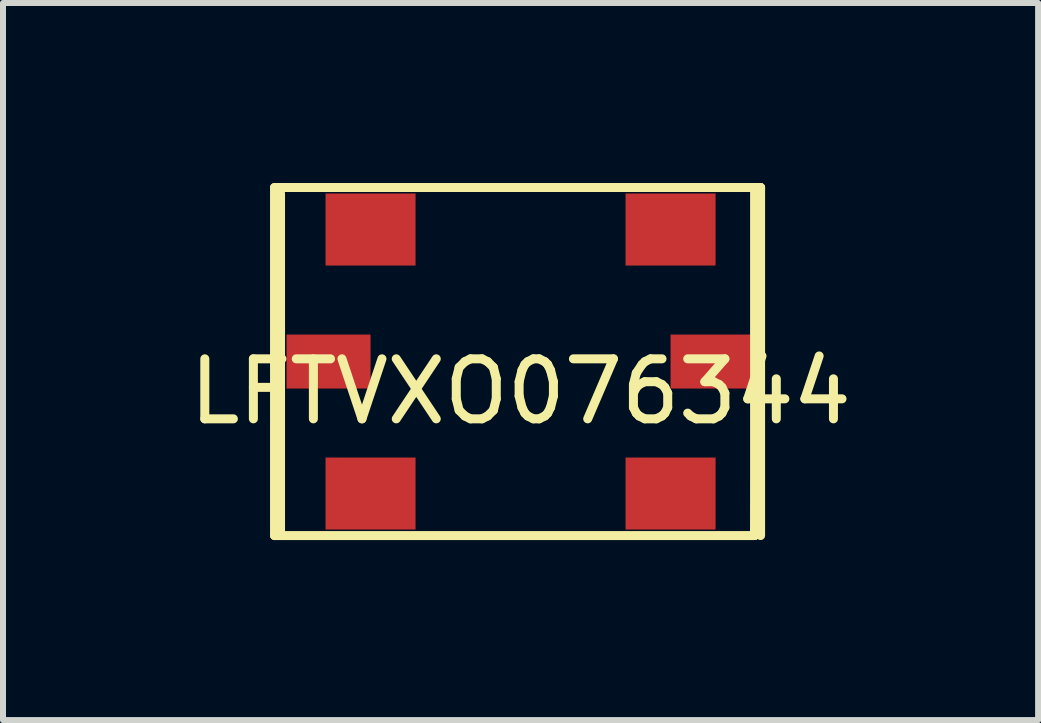
<source format=kicad_pcb>
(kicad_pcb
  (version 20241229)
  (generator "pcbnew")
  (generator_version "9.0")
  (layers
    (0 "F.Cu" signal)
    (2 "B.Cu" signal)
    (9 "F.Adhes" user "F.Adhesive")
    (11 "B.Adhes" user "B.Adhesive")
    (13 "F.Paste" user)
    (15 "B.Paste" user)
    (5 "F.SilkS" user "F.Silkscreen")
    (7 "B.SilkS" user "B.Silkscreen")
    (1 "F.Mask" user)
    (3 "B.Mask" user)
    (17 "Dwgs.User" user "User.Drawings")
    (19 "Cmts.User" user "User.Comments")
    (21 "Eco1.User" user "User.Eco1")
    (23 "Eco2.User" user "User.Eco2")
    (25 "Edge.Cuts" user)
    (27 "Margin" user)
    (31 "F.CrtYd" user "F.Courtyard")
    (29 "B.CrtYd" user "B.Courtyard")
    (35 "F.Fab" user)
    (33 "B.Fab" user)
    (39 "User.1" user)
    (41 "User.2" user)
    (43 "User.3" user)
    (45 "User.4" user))
  (footprint "LFTVXO076344"
    (layer "F.Cu")
    (at 5.625 2.975)
    (property "Reference" "LFTVXO076344" (at 0 0.5 0) (layer "F.SilkS") (effects (font (size 1 1) (thickness 0.15))))
    (attr through_hole)
    (fp_line (start -4.1 -2.9) (end 4 -2.9) (stroke (width 0.15) (type solid)) (layer "F.SilkS"))
    (fp_line (start -4.1 2.9) (end -4.1 -2.9) (stroke (width 0.15) (type solid)) (layer "F.SilkS"))
    (fp_line (start -4 2.9) (end -4 -2.8) (stroke (width 0.15) (type solid)) (layer "F.SilkS"))
    (fp_line (start 3.9 -2.9) (end 3.9 2.9) (stroke (width 0.15) (type solid)) (layer "F.SilkS"))
    (fp_line (start 3.9 2.9) (end -4.1 2.9) (stroke (width 0.15) (type solid)) (layer "F.SilkS"))
    (fp_line (start 4 -2.9) (end 3.9 2.9) (stroke (width 0.15) (type solid)) (layer "F.SilkS"))
    (fp_line (start 4 2.9) (end 4 -2.9) (stroke (width 0.15) (type solid)) (layer "F.SilkS"))
    (pad "1" smd rect (at 2.5 -2.2) (size 1.5 1.2) (layers "F.Cu" "F.Mask" "F.Paste"))
    (pad "2" smd rect (at -2.5 -2.2) (size 1.5 1.2) (layers "F.Cu" "F.Mask" "F.Paste"))
    (pad "3" smd rect (at -3.2 0) (size 1.4 0.9) (layers "F.Cu" "F.Mask" "F.Paste"))
    (pad "3" smd rect (at 2.5 2.2) (size 1.5 1.2) (layers "F.Cu" "F.Mask" "F.Paste"))
    (pad "4" smd rect (at -2.5 2.2) (size 1.5 1.2) (layers "F.Cu" "F.Mask" "F.Paste"))
    (pad "4" smd rect (at 3.2 0) (size 1.4 0.9) (layers "F.Cu" "F.Mask" "F.Paste")))
  (gr_rect
    (start -3 -3)
    (end 14.25 8.95)
    (stroke (width 0.1) (type default))
    (fill no)
    (layer "Edge.Cuts")))
</source>
